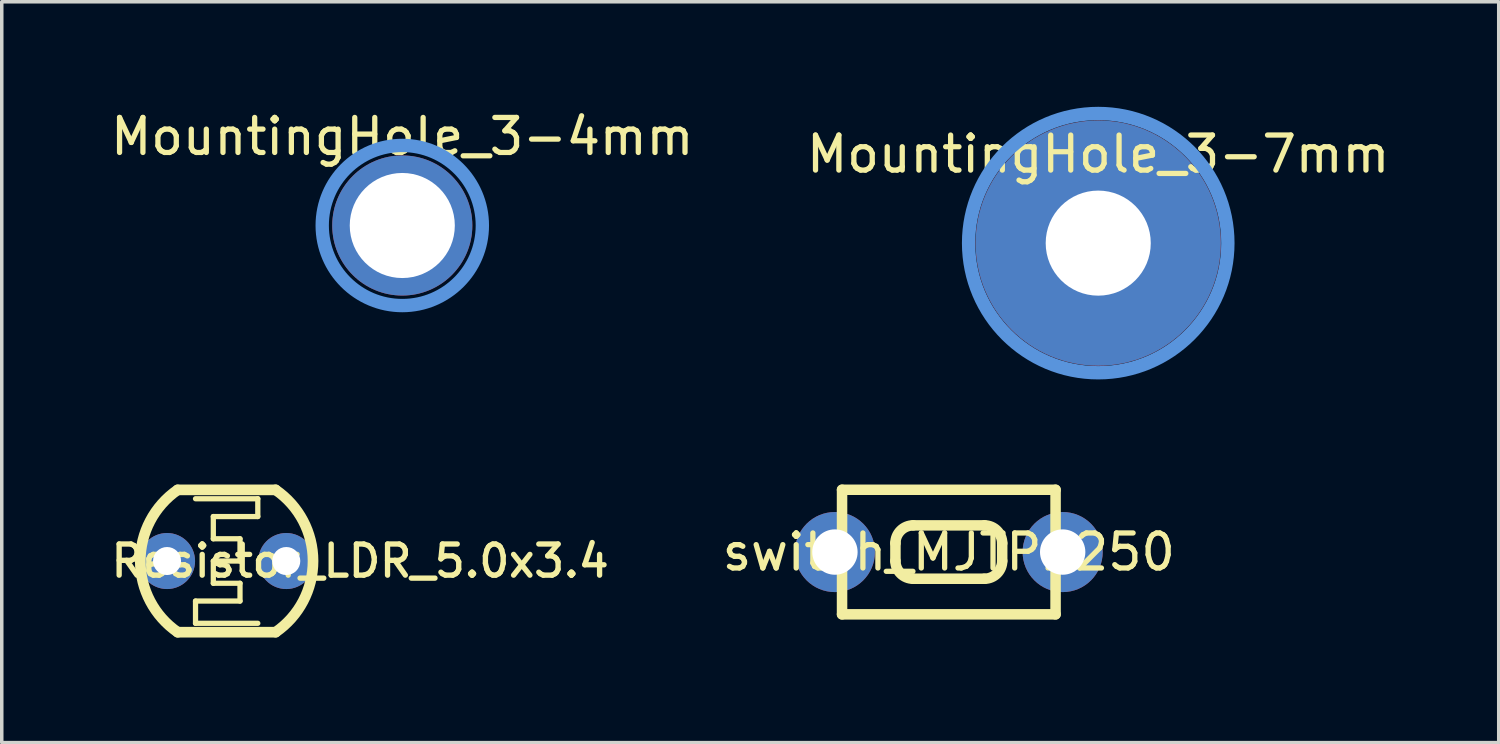
<source format=kicad_pcb>
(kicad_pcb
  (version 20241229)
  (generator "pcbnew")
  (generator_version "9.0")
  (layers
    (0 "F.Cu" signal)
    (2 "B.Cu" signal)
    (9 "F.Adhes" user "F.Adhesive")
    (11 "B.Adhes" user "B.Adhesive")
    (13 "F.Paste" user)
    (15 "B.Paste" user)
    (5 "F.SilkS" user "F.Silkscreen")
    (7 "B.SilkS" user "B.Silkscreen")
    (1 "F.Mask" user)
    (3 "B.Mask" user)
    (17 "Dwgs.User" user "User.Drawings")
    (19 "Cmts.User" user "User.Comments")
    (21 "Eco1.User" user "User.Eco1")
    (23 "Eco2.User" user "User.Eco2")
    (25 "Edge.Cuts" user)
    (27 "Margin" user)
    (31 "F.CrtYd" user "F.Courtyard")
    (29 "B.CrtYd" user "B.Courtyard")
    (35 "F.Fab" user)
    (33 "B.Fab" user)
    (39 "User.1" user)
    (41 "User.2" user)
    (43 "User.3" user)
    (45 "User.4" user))
  (footprint "MountingHole_3-7mm"
    (layer "F.Cu")
    (at 28.304 3.891)
    (property "Reference" "MountingHole_3-7mm" (at 0 -2.54 0) (layer "F.SilkS") (effects (font (size 1 1) (thickness 0.15))))
    (attr through_hole)
    (fp_circle (center 0 0) (end 3.701 0) (stroke (width 0.381) (type solid)) (fill no) (layer "Cmts.User"))
    (pad "" np_thru_hole circle (at 0 0) (size 7 7) (drill 3) (layers "*.Cu" "*.Mask")))
  (footprint "Resistor_LDR_5.0x3.4"
    (layer "F.Cu")
    (at 3.421 12.967)
    (property "Reference" "Resistor_LDR_5.0x3.4" (at 3.81 0 0) (layer "F.SilkS") (effects (font (size 0.889 0.889) (thickness 0.152))))
    (attr through_hole)
    (fp_line (start -1.397 -2.032) (end 1.397 -2.032) (stroke (width 0.305) (type solid)) (layer "F.SilkS"))
    (fp_line (start -0.889 -1.778) (end 0.889 -1.778) (stroke (width 0.15) (type solid)) (layer "F.SilkS"))
    (fp_line (start -0.889 1.143) (end -0.889 1.778) (stroke (width 0.15) (type solid)) (layer "F.SilkS"))
    (fp_line (start -0.889 1.778) (end 0.889 1.778) (stroke (width 0.15) (type solid)) (layer "F.SilkS"))
    (fp_line (start -0.381 -1.27) (end -0.381 -0.635) (stroke (width 0.15) (type solid)) (layer "F.SilkS"))
    (fp_line (start -0.381 -0.635) (end 0.381 -0.635) (stroke (width 0.15) (type solid)) (layer "F.SilkS"))
    (fp_line (start -0.381 0) (end -0.381 0.635) (stroke (width 0.15) (type solid)) (layer "F.SilkS"))
    (fp_line (start -0.381 0.635) (end 0.381 0.635) (stroke (width 0.15) (type solid)) (layer "F.SilkS"))
    (fp_line (start 0.381 -0.635) (end 0.381 0) (stroke (width 0.15) (type solid)) (layer "F.SilkS"))
    (fp_line (start 0.381 0) (end -0.381 0) (stroke (width 0.15) (type solid)) (layer "F.SilkS"))
    (fp_line (start 0.381 0.635) (end 0.381 1.143) (stroke (width 0.15) (type solid)) (layer "F.SilkS"))
    (fp_line (start 0.381 1.143) (end -0.889 1.143) (stroke (width 0.15) (type solid)) (layer "F.SilkS"))
    (fp_line (start 0.889 -1.778) (end 0.889 -1.27) (stroke (width 0.15) (type solid)) (layer "F.SilkS"))
    (fp_line (start 0.889 -1.27) (end -0.381 -1.27) (stroke (width 0.15) (type solid)) (layer "F.SilkS"))
    (fp_line (start 1.397 2.032) (end -1.397 2.032) (stroke (width 0.305) (type solid)) (layer "F.SilkS"))
    (fp_arc (start -1.397 2.032) (mid -2.465893 0.001785) (end -1.399941 -2.029975) (stroke (width 0.3048) (type solid)) (layer "F.SilkS"))
    (fp_arc (start 1.397 -2.032) (mid 2.465893 -0.001785) (end 1.399941 2.029975) (stroke (width 0.3048) (type solid)) (layer "F.SilkS"))
    (pad "1" thru_hole circle (at -1.702 0) (size 1.6 1.6) (drill 0.8) (layers "*.Cu" "*.Mask"))
    (pad "2" thru_hole circle (at 1.702 0) (size 1.6 1.6) (drill 0.8) (layers "*.Cu" "*.Mask")))
  (footprint "MountingHole_3-4mm"
    (layer "F.Cu")
    (at 8.435 3.388)
    (property "Reference" "MountingHole_3-4mm" (at 0 -2.54 0) (layer "F.SilkS") (effects (font (size 1 1) (thickness 0.15))))
    (attr through_hole)
    (fp_circle (center 0 0) (end 2.286 0) (stroke (width 0.381) (type solid)) (fill no) (layer "Cmts.User"))
    (pad "" np_thru_hole circle (at 0 0) (size 4 4) (drill 3) (layers "*.Cu" "*.Mask")))
  (footprint "switch_MJTP1250"
    (layer "F.Cu")
    (at 24.038 12.711)
    (property "Reference" "switch_MJTP1250" (at 0 0 0) (layer "F.SilkS") (effects (font (size 1 1) (thickness 0.15))))
    (attr through_hole)
    (fp_line (start -3.048 -1.778) (end 3.048 -1.778) (stroke (width 0.3) (type solid)) (layer "F.SilkS"))
    (fp_line (start -3.048 1.778) (end -3.048 -1.778) (stroke (width 0.3) (type solid)) (layer "F.SilkS"))
    (fp_line (start -1.524 0.254) (end -1.524 -0.254) (stroke (width 0.3) (type solid)) (layer "F.SilkS"))
    (fp_line (start -1.016 -0.762) (end 1.016 -0.762) (stroke (width 0.3) (type solid)) (layer "F.SilkS"))
    (fp_line (start 1.016 0.762) (end -1.016 0.762) (stroke (width 0.3) (type solid)) (layer "F.SilkS"))
    (fp_line (start 1.524 -0.254) (end 1.524 0.254) (stroke (width 0.3) (type solid)) (layer "F.SilkS"))
    (fp_line (start 3.048 -1.778) (end 3.048 1.778) (stroke (width 0.3) (type solid)) (layer "F.SilkS"))
    (fp_line (start 3.048 1.778) (end -3.048 1.778) (stroke (width 0.3) (type solid)) (layer "F.SilkS"))
    (fp_arc (start -1.524 -0.254) (mid -1.37521 -0.61321) (end -1.016 -0.762) (stroke (width 0.3) (type solid)) (layer "F.SilkS"))
    (fp_arc (start -1.016 0.762) (mid -1.37521 0.61321) (end -1.524 0.254) (stroke (width 0.3) (type solid)) (layer "F.SilkS"))
    (fp_arc (start 1.016 -0.762) (mid 1.37521 -0.61321) (end 1.524 -0.254) (stroke (width 0.3) (type solid)) (layer "F.SilkS"))
    (fp_arc (start 1.524 0.254) (mid 1.37521 0.61321) (end 1.016 0.762) (stroke (width 0.3) (type solid)) (layer "F.SilkS"))
    (pad "1" thru_hole circle (at 3.251 0) (size 2.286 2.286) (drill 1.295) (layers "*.Cu" "*.Mask"))
    (pad "2" thru_hole circle (at -3.251 0) (size 2.286 2.286) (drill 1.295) (layers "*.Cu" "*.Mask")))
  (gr_rect
    (start -3 -3)
    (end 39.738 18.151)
    (stroke (width 0.1) (type default))
    (fill no)
    (layer "Edge.Cuts")))
</source>
